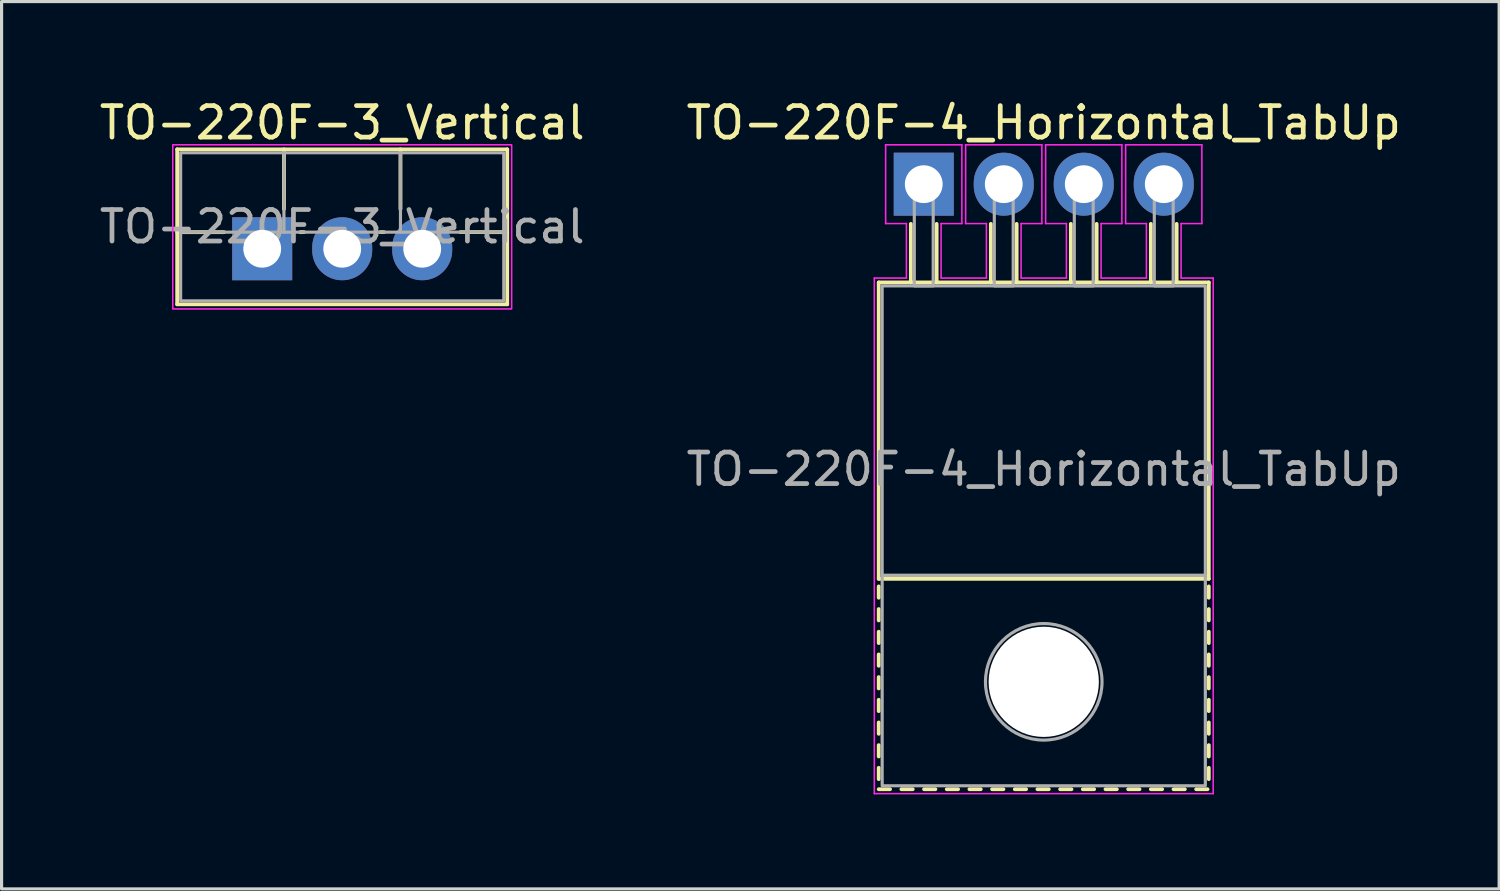
<source format=kicad_pcb>
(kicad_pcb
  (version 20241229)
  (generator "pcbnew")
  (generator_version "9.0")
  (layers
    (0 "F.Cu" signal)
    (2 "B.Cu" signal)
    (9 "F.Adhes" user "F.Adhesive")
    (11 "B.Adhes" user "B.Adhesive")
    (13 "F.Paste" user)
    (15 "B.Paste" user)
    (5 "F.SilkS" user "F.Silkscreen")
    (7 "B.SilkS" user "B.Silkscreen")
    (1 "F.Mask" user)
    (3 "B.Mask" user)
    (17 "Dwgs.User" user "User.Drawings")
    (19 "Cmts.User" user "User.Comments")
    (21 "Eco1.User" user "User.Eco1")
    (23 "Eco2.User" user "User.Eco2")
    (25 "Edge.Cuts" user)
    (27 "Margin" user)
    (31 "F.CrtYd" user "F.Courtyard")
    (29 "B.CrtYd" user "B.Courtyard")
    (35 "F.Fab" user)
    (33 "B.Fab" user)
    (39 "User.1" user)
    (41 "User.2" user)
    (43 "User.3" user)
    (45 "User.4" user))
  (footprint "TO-220F-3_Vertical"
    (layer "F.Cu")
    (at 5.275 4.848)
    (property "Reference" "TO-220F-3_Vertical" (at 2.54 -4 0) (layer "F.SilkS") (effects (font (size 1 1) (thickness 0.15))))
    (attr through_hole)
    (fp_line (start -2.7 -3.157) (end 7.78 -3.157) (stroke (width 0.12) (type solid)) (layer "F.SilkS"))
    (fp_line (start -2.7 -0.527) (end -1.212 -0.527) (stroke (width 0.12) (type solid)) (layer "F.SilkS"))
    (fp_line (start -2.7 1.763) (end -2.7 -3.157) (stroke (width 0.12) (type solid)) (layer "F.SilkS"))
    (fp_line (start 0.69 -3.157) (end 0.69 -1.26) (stroke (width 0.12) (type solid)) (layer "F.SilkS"))
    (fp_line (start 1.212 -0.527) (end 1.327 -0.528) (stroke (width 0.12) (type solid)) (layer "F.SilkS"))
    (fp_line (start 3.752 -0.528) (end 3.867 -0.528) (stroke (width 0.12) (type solid)) (layer "F.SilkS"))
    (fp_line (start 4.39 -3.157) (end 4.39 -1.26) (stroke (width 0.12) (type solid)) (layer "F.SilkS"))
    (fp_line (start 6.292 -0.528) (end 7.78 -0.527) (stroke (width 0.12) (type solid)) (layer "F.SilkS"))
    (fp_line (start 7.78 -3.157) (end 7.78 1.763) (stroke (width 0.12) (type solid)) (layer "F.SilkS"))
    (fp_line (start 7.78 1.763) (end -2.7 1.763) (stroke (width 0.12) (type solid)) (layer "F.SilkS"))
    (fp_rect (start -2.84 -3.3) (end 7.92 1.91) (stroke (width 0.05) (type solid)) (fill no) (layer "F.CrtYd"))
    (fp_line (start -2.59 -0.527) (end 7.67 -0.527) (stroke (width 0.1) (type solid)) (layer "F.Fab"))
    (fp_line (start 0.69 -3.047) (end 0.69 -0.527) (stroke (width 0.1) (type solid)) (layer "F.Fab"))
    (fp_line (start 4.39 -3.047) (end 4.39 -0.527) (stroke (width 0.1) (type solid)) (layer "F.Fab"))
    (fp_rect (start -2.59 -3.047) (end 7.67 1.653) (stroke (width 0.1) (type solid)) (fill no) (layer "F.Fab"))
    (fp_text user "${REFERENCE}" (at 2.54 -0.7 0) (layer "F.Fab") (effects (font (size 1 1) (thickness 0.15))))
    (pad "1" thru_hole rect (at 0 0) (size 1.905 2) (drill 1.2) (layers "*.Cu" "*.Mask"))
    (pad "2" thru_hole oval (at 2.54 0) (size 1.905 2) (drill 1.2) (layers "*.Cu" "*.Mask"))
    (pad "3" thru_hole oval (at 5.08 0) (size 1.905 2) (drill 1.2) (layers "*.Cu" "*.Mask")))
  (footprint "TO-220F-4_Horizontal_TabUp"
    (layer "F.Cu")
    (at 26.279 2.798)
    (property "Reference" "TO-220F-4_Horizontal_TabUp" (at 3.81 -1.95 0) (layer "F.SilkS") (effects (font (size 1 1) (thickness 0.15))))
    (attr through_hole)
    (fp_line (start -1.43 3.12) (end -1.43 12.53) (stroke (width 0.12) (type solid)) (layer "F.SilkS"))
    (fp_line (start -1.43 3.12) (end 9.05 3.12) (stroke (width 0.12) (type solid)) (layer "F.SilkS"))
    (fp_line (start -1.43 12.53) (end 9.05 12.53) (stroke (width 0.12) (type solid)) (layer "F.SilkS"))
    (fp_line (start -1.43 12.77) (end -1.43 13.13) (stroke (width 0.12) (type solid)) (layer "F.SilkS"))
    (fp_line (start -1.43 13.49) (end -1.43 13.85) (stroke (width 0.12) (type solid)) (layer "F.SilkS"))
    (fp_line (start -1.43 14.21) (end -1.43 14.57) (stroke (width 0.12) (type solid)) (layer "F.SilkS"))
    (fp_line (start -1.43 14.93) (end -1.43 15.29) (stroke (width 0.12) (type solid)) (layer "F.SilkS"))
    (fp_line (start -1.43 15.65) (end -1.43 16.01) (stroke (width 0.12) (type solid)) (layer "F.SilkS"))
    (fp_line (start -1.43 16.37) (end -1.43 16.73) (stroke (width 0.12) (type solid)) (layer "F.SilkS"))
    (fp_line (start -1.43 17.09) (end -1.43 17.45) (stroke (width 0.12) (type solid)) (layer "F.SilkS"))
    (fp_line (start -1.43 17.81) (end -1.43 18.17) (stroke (width 0.12) (type solid)) (layer "F.SilkS"))
    (fp_line (start -1.43 18.53) (end -1.43 18.89) (stroke (width 0.12) (type solid)) (layer "F.SilkS"))
    (fp_line (start -1.43 19.21) (end -1.07 19.21) (stroke (width 0.12) (type solid)) (layer "F.SilkS"))
    (fp_line (start -0.71 19.21) (end -0.35 19.21) (stroke (width 0.12) (type solid)) (layer "F.SilkS"))
    (fp_line (start -0.41 3.12) (end -0.41 1.26) (stroke (width 0.12) (type solid)) (layer "F.SilkS"))
    (fp_line (start 0.01 19.21) (end 0.37 19.21) (stroke (width 0.12) (type solid)) (layer "F.SilkS"))
    (fp_line (start 0.41 3.12) (end 0.41 1.26) (stroke (width 0.12) (type solid)) (layer "F.SilkS"))
    (fp_line (start 0.73 19.21) (end 1.09 19.21) (stroke (width 0.12) (type solid)) (layer "F.SilkS"))
    (fp_line (start 1.45 19.21) (end 1.81 19.21) (stroke (width 0.12) (type solid)) (layer "F.SilkS"))
    (fp_line (start 2.13 3.12) (end 2.13 1.26) (stroke (width 0.12) (type solid)) (layer "F.SilkS"))
    (fp_line (start 2.17 19.21) (end 2.53 19.21) (stroke (width 0.12) (type solid)) (layer "F.SilkS"))
    (fp_line (start 2.89 19.21) (end 3.25 19.21) (stroke (width 0.12) (type solid)) (layer "F.SilkS"))
    (fp_line (start 2.95 3.12) (end 2.95 1.26) (stroke (width 0.12) (type solid)) (layer "F.SilkS"))
    (fp_line (start 3.61 19.21) (end 3.97 19.21) (stroke (width 0.12) (type solid)) (layer "F.SilkS"))
    (fp_line (start 4.33 19.21) (end 4.69 19.21) (stroke (width 0.12) (type solid)) (layer "F.SilkS"))
    (fp_line (start 4.67 3.12) (end 4.67 1.26) (stroke (width 0.12) (type solid)) (layer "F.SilkS"))
    (fp_line (start 5.05 19.21) (end 5.41 19.21) (stroke (width 0.12) (type solid)) (layer "F.SilkS"))
    (fp_line (start 5.49 3.12) (end 5.49 1.26) (stroke (width 0.12) (type solid)) (layer "F.SilkS"))
    (fp_line (start 5.77 19.21) (end 6.13 19.21) (stroke (width 0.12) (type solid)) (layer "F.SilkS"))
    (fp_line (start 6.49 19.21) (end 6.85 19.21) (stroke (width 0.12) (type solid)) (layer "F.SilkS"))
    (fp_line (start 7.21 3.12) (end 7.21 1.26) (stroke (width 0.12) (type solid)) (layer "F.SilkS"))
    (fp_line (start 7.21 19.21) (end 7.57 19.21) (stroke (width 0.12) (type solid)) (layer "F.SilkS"))
    (fp_line (start 7.93 19.21) (end 8.29 19.21) (stroke (width 0.12) (type solid)) (layer "F.SilkS"))
    (fp_line (start 8.03 3.12) (end 8.03 1.26) (stroke (width 0.12) (type solid)) (layer "F.SilkS"))
    (fp_line (start 8.65 19.21) (end 9.01 19.21) (stroke (width 0.12) (type solid)) (layer "F.SilkS"))
    (fp_line (start 9.05 3.12) (end 9.05 12.53) (stroke (width 0.12) (type solid)) (layer "F.SilkS"))
    (fp_line (start 9.05 12.77) (end 9.05 13.13) (stroke (width 0.12) (type solid)) (layer "F.SilkS"))
    (fp_line (start 9.05 13.49) (end 9.05 13.85) (stroke (width 0.12) (type solid)) (layer "F.SilkS"))
    (fp_line (start 9.05 14.21) (end 9.05 14.57) (stroke (width 0.12) (type solid)) (layer "F.SilkS"))
    (fp_line (start 9.05 14.93) (end 9.05 15.29) (stroke (width 0.12) (type solid)) (layer "F.SilkS"))
    (fp_line (start 9.05 15.65) (end 9.05 16.01) (stroke (width 0.12) (type solid)) (layer "F.SilkS"))
    (fp_line (start 9.05 16.37) (end 9.05 16.73) (stroke (width 0.12) (type solid)) (layer "F.SilkS"))
    (fp_line (start 9.05 17.09) (end 9.05 17.45) (stroke (width 0.12) (type solid)) (layer "F.SilkS"))
    (fp_line (start 9.05 17.81) (end 9.05 18.17) (stroke (width 0.12) (type solid)) (layer "F.SilkS"))
    (fp_line (start 9.05 18.53) (end 9.05 18.89) (stroke (width 0.12) (type solid)) (layer "F.SilkS"))
    (fp_line (start -1.57 2.98) (end -0.55 2.98) (stroke (width 0.05) (type solid)) (layer "F.CrtYd"))
    (fp_line (start -1.57 19.35) (end -1.57 2.98) (stroke (width 0.05) (type solid)) (layer "F.CrtYd"))
    (fp_line (start -1.21 -1.25) (end 1.21 -1.25) (stroke (width 0.05) (type solid)) (layer "F.CrtYd"))
    (fp_line (start -1.21 1.25) (end -1.21 -1.25) (stroke (width 0.05) (type solid)) (layer "F.CrtYd"))
    (fp_line (start -0.55 1.25) (end -1.21 1.25) (stroke (width 0.05) (type solid)) (layer "F.CrtYd"))
    (fp_line (start -0.55 2.98) (end -0.55 1.25) (stroke (width 0.05) (type solid)) (layer "F.CrtYd"))
    (fp_line (start 0.55 1.25) (end 0.55 2.98) (stroke (width 0.05) (type solid)) (layer "F.CrtYd"))
    (fp_line (start 0.55 2.98) (end 1.99 2.98) (stroke (width 0.05) (type solid)) (layer "F.CrtYd"))
    (fp_line (start 1.21 -1.25) (end 1.21 1.25) (stroke (width 0.05) (type solid)) (layer "F.CrtYd"))
    (fp_line (start 1.21 1.25) (end 0.55 1.25) (stroke (width 0.05) (type solid)) (layer "F.CrtYd"))
    (fp_line (start 1.33 -1.25) (end 3.75 -1.25) (stroke (width 0.05) (type solid)) (layer "F.CrtYd"))
    (fp_line (start 1.33 1.25) (end 1.33 -1.25) (stroke (width 0.05) (type solid)) (layer "F.CrtYd"))
    (fp_line (start 1.99 1.25) (end 1.33 1.25) (stroke (width 0.05) (type solid)) (layer "F.CrtYd"))
    (fp_line (start 1.99 2.98) (end 1.99 1.25) (stroke (width 0.05) (type solid)) (layer "F.CrtYd"))
    (fp_line (start 3.09 1.25) (end 3.09 2.98) (stroke (width 0.05) (type solid)) (layer "F.CrtYd"))
    (fp_line (start 3.09 2.98) (end 4.53 2.98) (stroke (width 0.05) (type solid)) (layer "F.CrtYd"))
    (fp_line (start 3.75 -1.25) (end 3.75 1.25) (stroke (width 0.05) (type solid)) (layer "F.CrtYd"))
    (fp_line (start 3.75 1.25) (end 3.09 1.25) (stroke (width 0.05) (type solid)) (layer "F.CrtYd"))
    (fp_line (start 3.87 -1.25) (end 6.29 -1.25) (stroke (width 0.05) (type solid)) (layer "F.CrtYd"))
    (fp_line (start 3.87 1.25) (end 3.87 -1.25) (stroke (width 0.05) (type solid)) (layer "F.CrtYd"))
    (fp_line (start 4.53 1.25) (end 3.87 1.25) (stroke (width 0.05) (type solid)) (layer "F.CrtYd"))
    (fp_line (start 4.53 2.98) (end 4.53 1.25) (stroke (width 0.05) (type solid)) (layer "F.CrtYd"))
    (fp_line (start 5.63 1.25) (end 5.63 2.98) (stroke (width 0.05) (type solid)) (layer "F.CrtYd"))
    (fp_line (start 5.63 2.98) (end 7.07 2.98) (stroke (width 0.05) (type solid)) (layer "F.CrtYd"))
    (fp_line (start 6.29 -1.25) (end 6.29 1.25) (stroke (width 0.05) (type solid)) (layer "F.CrtYd"))
    (fp_line (start 6.29 1.25) (end 5.63 1.25) (stroke (width 0.05) (type solid)) (layer "F.CrtYd"))
    (fp_line (start 6.41 -1.25) (end 8.83 -1.25) (stroke (width 0.05) (type solid)) (layer "F.CrtYd"))
    (fp_line (start 6.41 1.25) (end 6.41 -1.25) (stroke (width 0.05) (type solid)) (layer "F.CrtYd"))
    (fp_line (start 7.07 1.25) (end 6.41 1.25) (stroke (width 0.05) (type solid)) (layer "F.CrtYd"))
    (fp_line (start 7.07 2.98) (end 7.07 1.25) (stroke (width 0.05) (type solid)) (layer "F.CrtYd"))
    (fp_line (start 8.17 1.25) (end 8.17 2.98) (stroke (width 0.05) (type solid)) (layer "F.CrtYd"))
    (fp_line (start 8.17 2.98) (end 9.19 2.98) (stroke (width 0.05) (type solid)) (layer "F.CrtYd"))
    (fp_line (start 8.83 -1.25) (end 8.83 1.25) (stroke (width 0.05) (type solid)) (layer "F.CrtYd"))
    (fp_line (start 8.83 1.25) (end 8.17 1.25) (stroke (width 0.05) (type solid)) (layer "F.CrtYd"))
    (fp_line (start 9.19 2.98) (end 9.19 19.35) (stroke (width 0.05) (type solid)) (layer "F.CrtYd"))
    (fp_line (start 9.19 19.35) (end -1.57 19.35) (stroke (width 0.05) (type solid)) (layer "F.CrtYd"))
    (fp_rect (start -1.32 3.23) (end 8.94 12.42) (stroke (width 0.1) (type solid)) (fill no) (layer "F.Fab"))
    (fp_rect (start -1.32 12.42) (end 8.94 19.1) (stroke (width 0.1) (type solid)) (fill no) (layer "F.Fab"))
    (fp_rect (start -0.3 0) (end 0.3 3.23) (stroke (width 0.1) (type solid)) (fill no) (layer "F.Fab"))
    (fp_rect (start 2.24 0) (end 2.84 3.23) (stroke (width 0.1) (type solid)) (fill no) (layer "F.Fab"))
    (fp_rect (start 4.78 0) (end 5.38 3.23) (stroke (width 0.1) (type solid)) (fill no) (layer "F.Fab"))
    (fp_rect (start 7.32 0) (end 7.92 3.23) (stroke (width 0.1) (type solid)) (fill no) (layer "F.Fab"))
    (fp_circle (center 3.81 15.8) (end 5.66 15.8) (stroke (width 0.1) (type solid)) (fill no) (layer "F.Fab"))
    (fp_text user "${REFERENCE}" (at 3.81 9.05 0) (layer "F.Fab") (effects (font (size 1 1) (thickness 0.15))))
    (pad "" np_thru_hole circle (at 3.81 15.8) (size 3.5 3.5) (drill 3.5) (layers "*.Cu" "*.Mask"))
    (pad "1" thru_hole rect (at 0 0) (size 1.905 2) (drill 1.2) (layers "*.Cu" "*.Mask"))
    (pad "2" thru_hole oval (at 2.54 0) (size 1.905 2) (drill 1.2) (layers "*.Cu" "*.Mask"))
    (pad "3" thru_hole oval (at 5.08 0) (size 1.905 2) (drill 1.2) (layers "*.Cu" "*.Mask"))
    (pad "4" thru_hole oval (at 7.62 0) (size 1.905 2) (drill 1.2) (layers "*.Cu" "*.Mask")))
  (gr_rect
    (start -3 -3)
    (end 44.548 25.173)
    (stroke (width 0.1) (type default))
    (fill no)
    (layer "Edge.Cuts")))
</source>
